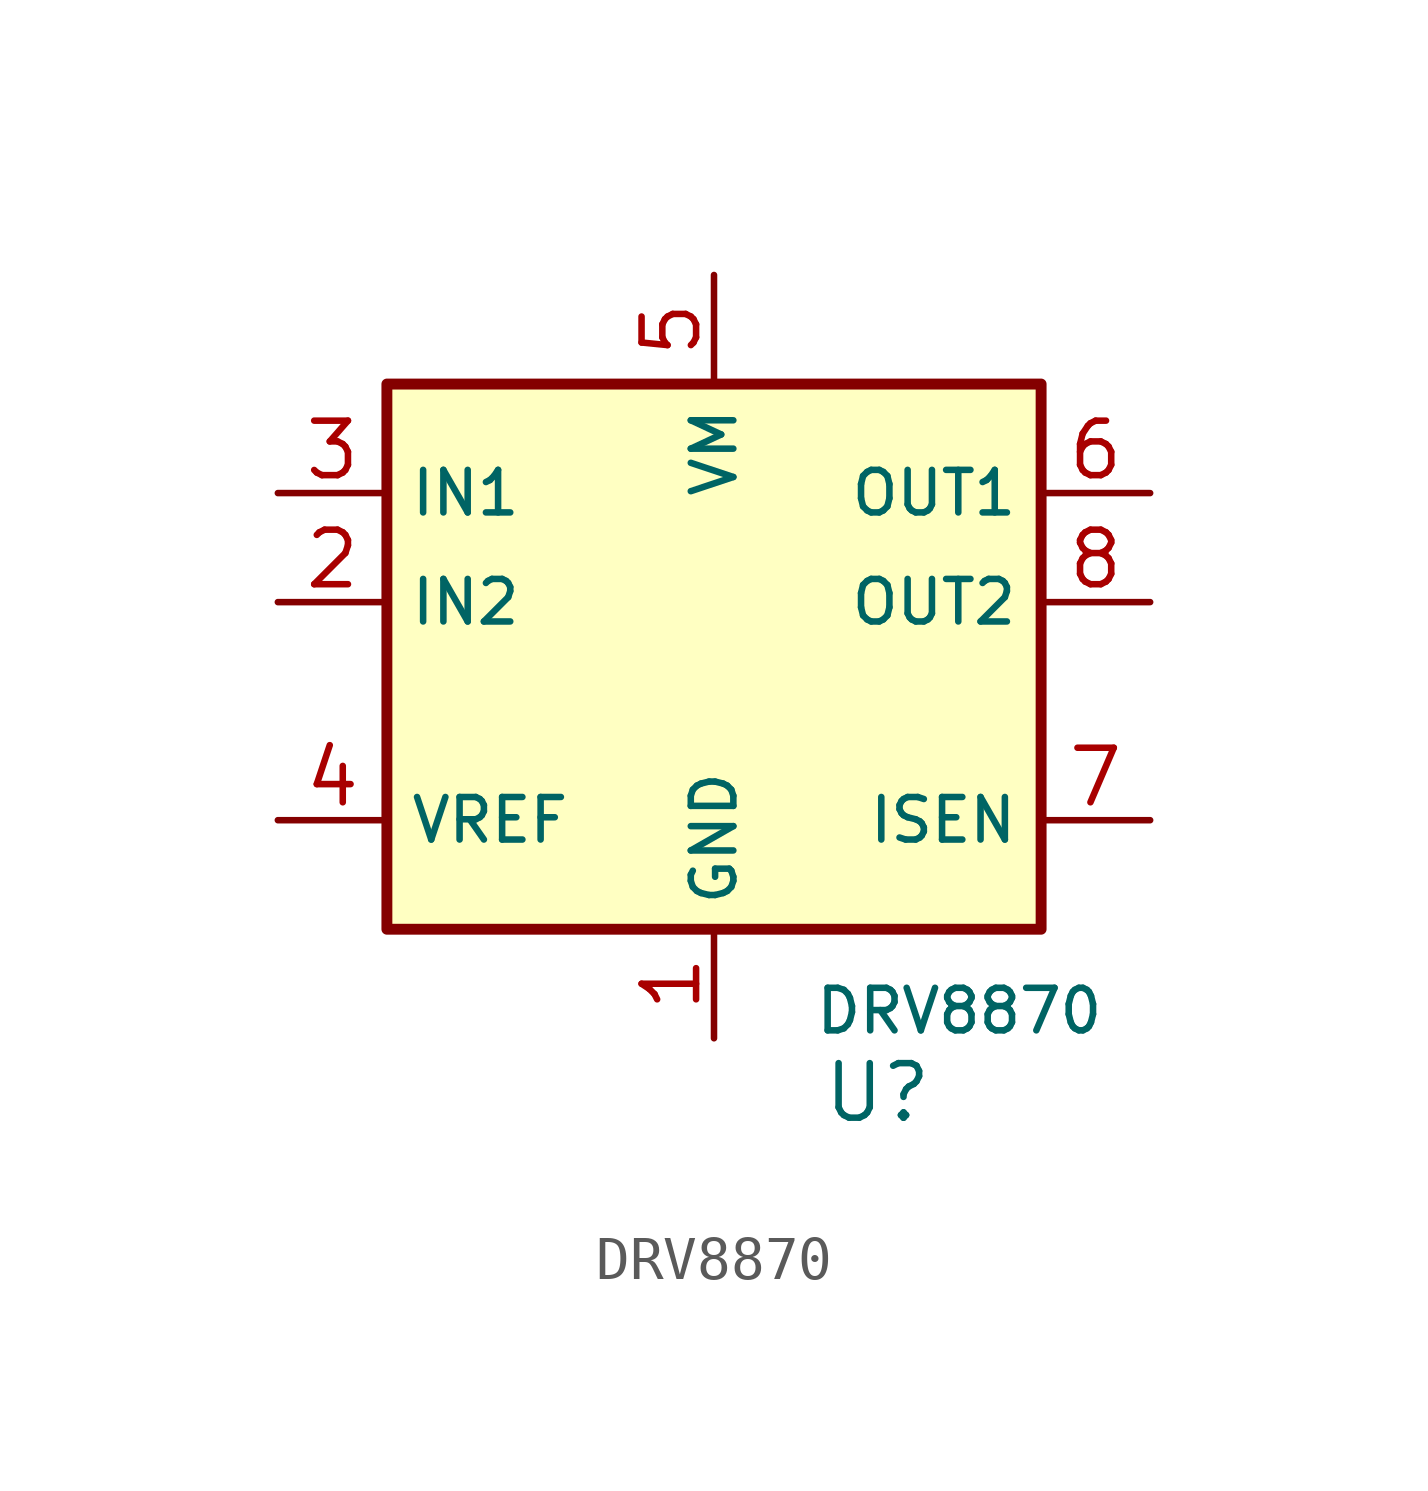
<source format=kicad_sym>
(kicad_symbol_lib
  (version 20211014)
  (generator kicad_symbol_editor)
  (symbol "DRV8870"
    (property "Reference" "U"
      (at 3.81 -13.97 0)
      (effects (font (size 1.27 1.27))))
    (property "Value" "DRV8870"
      (at 5.715 -12.065 0)
      (effects (font (size 0.991 0.991))))
    (symbol "DRV8870_0_1"
      (rectangle (start -7.62 2.54) (end 7.62 -10.16) (stroke (width 0.254) (type default) (color 0 0 0 0)) (fill (type background))))
    (symbol "DRV8870_1_1"
      (pin power_in line (at 0 -12.7 90) (length 2.54) (name "GND" (effects (font (size 0.991 0.991)))) (number "1" (effects (font (size 1.27 1.27)))))
      (pin input line (at -10.16 -2.54 0) (length 2.54) (name "IN2" (effects (font (size 0.991 0.991)))) (number "2" (effects (font (size 1.27 1.27)))))
      (pin input line (at -10.16 0 0) (length 2.54) (name "IN1" (effects (font (size 0.991 0.991)))) (number "3" (effects (font (size 1.27 1.27)))))
      (pin input line (at -10.16 -7.62 0) (length 2.54) (name "VREF" (effects (font (size 0.991 0.991)))) (number "4" (effects (font (size 1.27 1.27)))))
      (pin power_in line (at 0 5.08 270) (length 2.54) (name "VM" (effects (font (size 0.991 0.991)))) (number "5" (effects (font (size 1.27 1.27)))))
      (pin output line (at 10.16 0 180) (length 2.54) (name "OUT1" (effects (font (size 0.991 0.991)))) (number "6" (effects (font (size 1.27 1.27)))))
      (pin passive line (at 10.16 -7.62 180) (length 2.54) (name "ISEN" (effects (font (size 0.991 0.991)))) (number "7" (effects (font (size 1.27 1.27)))))
      (pin output line (at 10.16 -2.54 180) (length 2.54) (name "OUT2" (effects (font (size 0.991 0.991)))) (number "8" (effects (font (size 1.27 1.27)))))
      (pin passive line (at 0 -12.7 90) (length 2.54) hide (name "GND" (effects (font (size 0.991 0.991)))) (number "9" (effects (font (size 1.27 1.27))))))))
</source>
